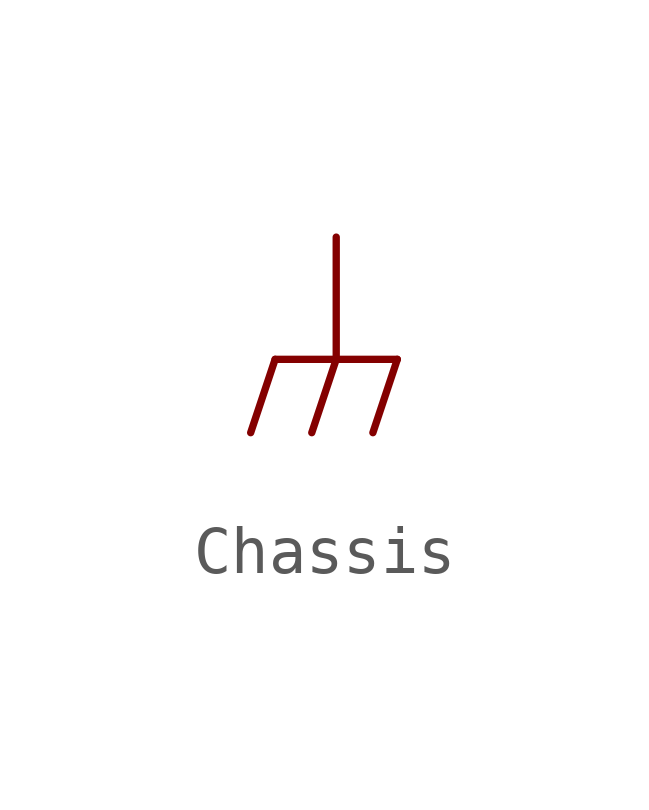
<source format=kicad_sym>
(kicad_symbol_lib
  (version 20231120)
  (generator "kicad_symbol_editor")
  (generator_version "8.0")
  (symbol "Chassis"
    (power)
    (pin_numbers hide)
    (pin_names
      (offset 0) hide)
    (property "Reference" "#PWR"
      (at -0.254 -2.794 0)
      (effects (font (size 1.27 1.27)) (hide yes)))
    (property "Footprint" ""
      (at 0 2.54 0)
      (effects (font (size 1.524 1.524))))
    (property "Datasheet" ""
      (at -0.508 -2.286 0)
      (effects (font (size 1.524 1.524))))
    (symbol "Chassis_0_1"
      (polyline (pts (xy -1.27 0) (xy -1.778 -1.524)) (stroke (width 0) (type default)) (fill (type none)))
      (polyline (pts (xy 0 0) (xy -0.508 -1.524)) (stroke (width 0) (type default)) (fill (type none)))
      (polyline (pts (xy 0 0) (xy 1.27 0)) (stroke (width 0) (type default)) (fill (type none)))
      (polyline (pts (xy 1.27 0) (xy 0.762 -1.524)) (stroke (width 0) (type default)) (fill (type none)))
      (polyline (pts (xy 0 2.54) (xy 0 0) (xy -1.27 0)) (stroke (width 0) (type default)) (fill (type none))))
    (symbol "Chassis_1_1"
      (pin passive line (at 0 2.54 90) (length 0) hide (name "Chassis" (effects (font (size 1.27 1.27)))) (number "1" (effects (font (size 1.27 1.27))))))))
</source>
